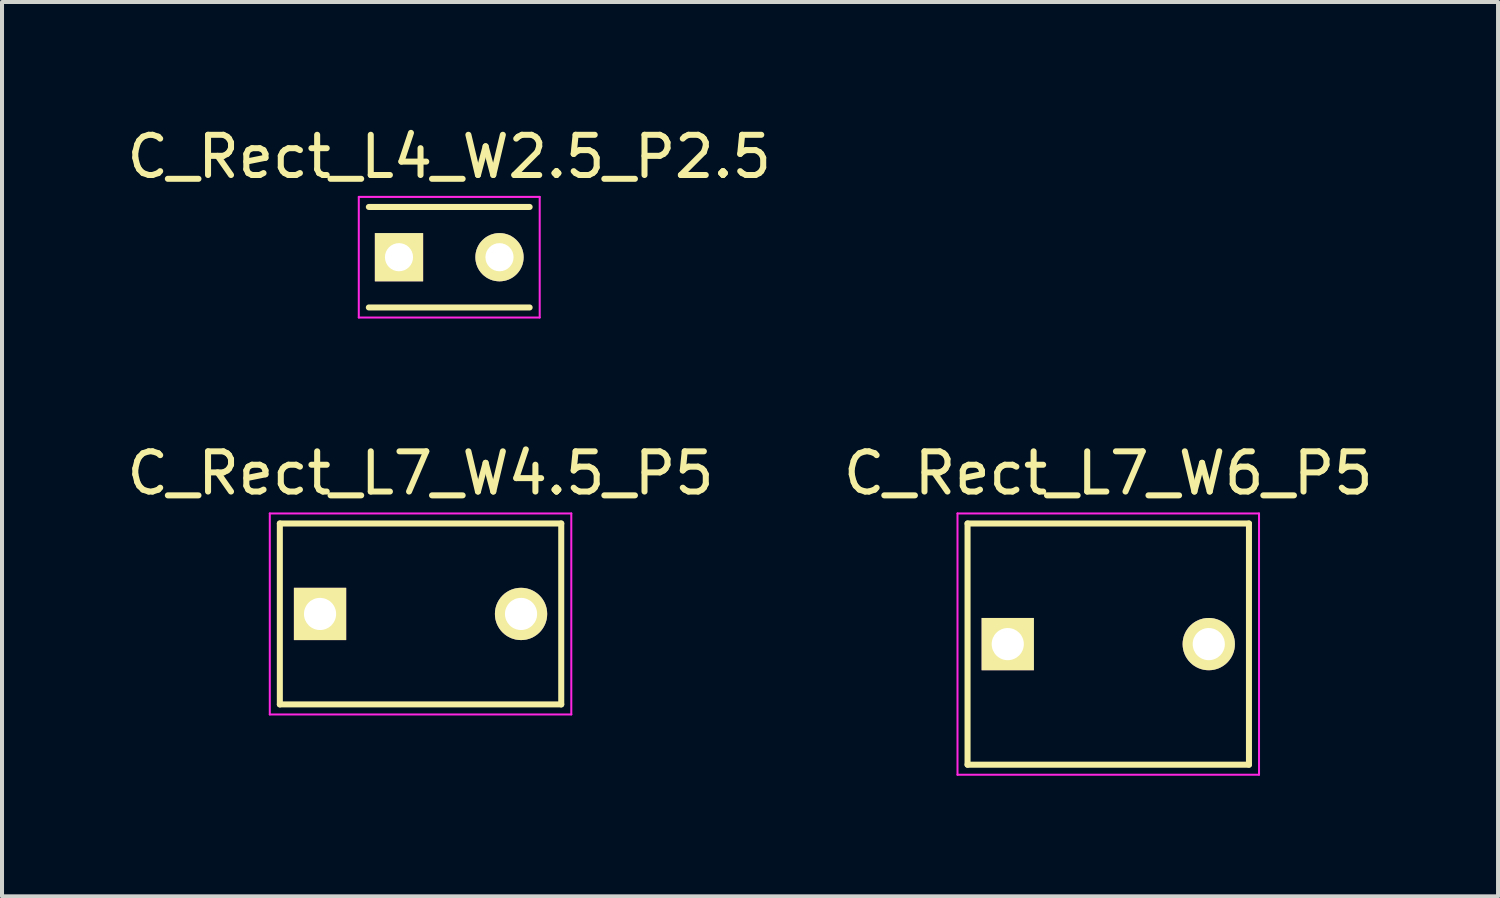
<source format=kicad_pcb>
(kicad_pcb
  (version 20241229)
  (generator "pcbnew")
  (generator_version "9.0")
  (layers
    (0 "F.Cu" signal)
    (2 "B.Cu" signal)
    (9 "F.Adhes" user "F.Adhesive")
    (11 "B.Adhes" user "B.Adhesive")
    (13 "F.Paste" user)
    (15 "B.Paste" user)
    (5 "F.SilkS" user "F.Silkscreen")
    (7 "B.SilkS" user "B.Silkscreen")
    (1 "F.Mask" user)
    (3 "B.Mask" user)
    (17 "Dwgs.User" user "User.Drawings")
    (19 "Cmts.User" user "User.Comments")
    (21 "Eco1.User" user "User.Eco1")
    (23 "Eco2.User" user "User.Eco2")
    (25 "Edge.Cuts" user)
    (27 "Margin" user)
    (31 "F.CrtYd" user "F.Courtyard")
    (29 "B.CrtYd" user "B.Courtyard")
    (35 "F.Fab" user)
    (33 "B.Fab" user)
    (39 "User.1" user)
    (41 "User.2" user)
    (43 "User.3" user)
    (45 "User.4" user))
  (footprint "C_Rect_L7_W6_P5"
    (layer "F.Cu")
    (at 22.018 12.972)
    (property "Reference" "C_Rect_L7_W6_P5" (at 2.5 -4.25 0) (layer "F.SilkS") (effects (font (size 1 1) (thickness 0.15))))
    (attr through_hole)
    (fp_line (start -1 -3) (end 6 -3) (stroke (width 0.15) (type solid)) (layer "F.SilkS"))
    (fp_line (start -1 3) (end -1 -3) (stroke (width 0.15) (type solid)) (layer "F.SilkS"))
    (fp_line (start 6 -3) (end 6 3) (stroke (width 0.15) (type solid)) (layer "F.SilkS"))
    (fp_line (start 6 3) (end -1 3) (stroke (width 0.15) (type solid)) (layer "F.SilkS"))
    (fp_line (start -1.25 -3.25) (end 6.25 -3.25) (stroke (width 0.05) (type solid)) (layer "F.CrtYd"))
    (fp_line (start -1.25 3.25) (end -1.25 -3.25) (stroke (width 0.05) (type solid)) (layer "F.CrtYd"))
    (fp_line (start 6.25 -3.25) (end 6.25 3.25) (stroke (width 0.05) (type solid)) (layer "F.CrtYd"))
    (fp_line (start 6.25 3.25) (end -1.25 3.25) (stroke (width 0.05) (type solid)) (layer "F.CrtYd"))
    (pad "1" thru_hole rect (at 0 0) (size 1.3 1.3) (drill 0.8) (layers "*.Cu" "*.Mask" "F.SilkS"))
    (pad "2" thru_hole circle (at 5 0) (size 1.3 1.3) (drill 0.8) (layers "*.Cu" "*.Mask" "F.SilkS")))
  (footprint "C_Rect_L7_W4.5_P5"
    (layer "F.Cu")
    (at 4.911 12.222)
    (property "Reference" "C_Rect_L7_W4.5_P5" (at 2.5 -3.5 0) (layer "F.SilkS") (effects (font (size 1 1) (thickness 0.15))))
    (attr through_hole)
    (fp_line (start -1 -2.25) (end 6 -2.25) (stroke (width 0.15) (type solid)) (layer "F.SilkS"))
    (fp_line (start -1 2.25) (end -1 -2.25) (stroke (width 0.15) (type solid)) (layer "F.SilkS"))
    (fp_line (start 6 -2.25) (end 6 2.25) (stroke (width 0.15) (type solid)) (layer "F.SilkS"))
    (fp_line (start 6 2.25) (end -1 2.25) (stroke (width 0.15) (type solid)) (layer "F.SilkS"))
    (fp_line (start -1.25 -2.5) (end 6.25 -2.5) (stroke (width 0.05) (type solid)) (layer "F.CrtYd"))
    (fp_line (start -1.25 2.5) (end -1.25 -2.5) (stroke (width 0.05) (type solid)) (layer "F.CrtYd"))
    (fp_line (start 6.25 -2.5) (end 6.25 2.5) (stroke (width 0.05) (type solid)) (layer "F.CrtYd"))
    (fp_line (start 6.25 2.5) (end -1.25 2.5) (stroke (width 0.05) (type solid)) (layer "F.CrtYd"))
    (pad "1" thru_hole rect (at 0 0) (size 1.3 1.3) (drill 0.8) (layers "*.Cu" "*.Mask" "F.SilkS"))
    (pad "2" thru_hole circle (at 5 0) (size 1.3 1.3) (drill 0.8) (layers "*.Cu" "*.Mask" "F.SilkS")))
  (footprint "C_Rect_L4_W2.5_P2.5"
    (layer "F.Cu")
    (at 6.875 3.348)
    (property "Reference" "C_Rect_L4_W2.5_P2.5" (at 1.25 -2.5 0) (layer "F.SilkS") (effects (font (size 1 1) (thickness 0.15))))
    (attr through_hole)
    (fp_line (start -0.75 -1.25) (end 3.25 -1.25) (stroke (width 0.15) (type solid)) (layer "F.SilkS"))
    (fp_line (start -0.75 1.25) (end 3.25 1.25) (stroke (width 0.15) (type solid)) (layer "F.SilkS"))
    (fp_line (start -1 -1.5) (end 3.5 -1.5) (stroke (width 0.05) (type solid)) (layer "F.CrtYd"))
    (fp_line (start -1 1.5) (end -1 -1.5) (stroke (width 0.05) (type solid)) (layer "F.CrtYd"))
    (fp_line (start 3.5 -1.5) (end 3.5 1.5) (stroke (width 0.05) (type solid)) (layer "F.CrtYd"))
    (fp_line (start 3.5 1.5) (end -1 1.5) (stroke (width 0.05) (type solid)) (layer "F.CrtYd"))
    (pad "1" thru_hole rect (at 0 0) (size 1.2 1.2) (drill 0.7) (layers "*.Cu" "*.Mask" "F.SilkS"))
    (pad "2" thru_hole circle (at 2.5 0) (size 1.2 1.2) (drill 0.7) (layers "*.Cu" "*.Mask" "F.SilkS")))
  (gr_rect
    (start -3 -3)
    (end 34.214 19.247)
    (stroke (width 0.1) (type default))
    (fill no)
    (layer "Edge.Cuts")))
</source>
